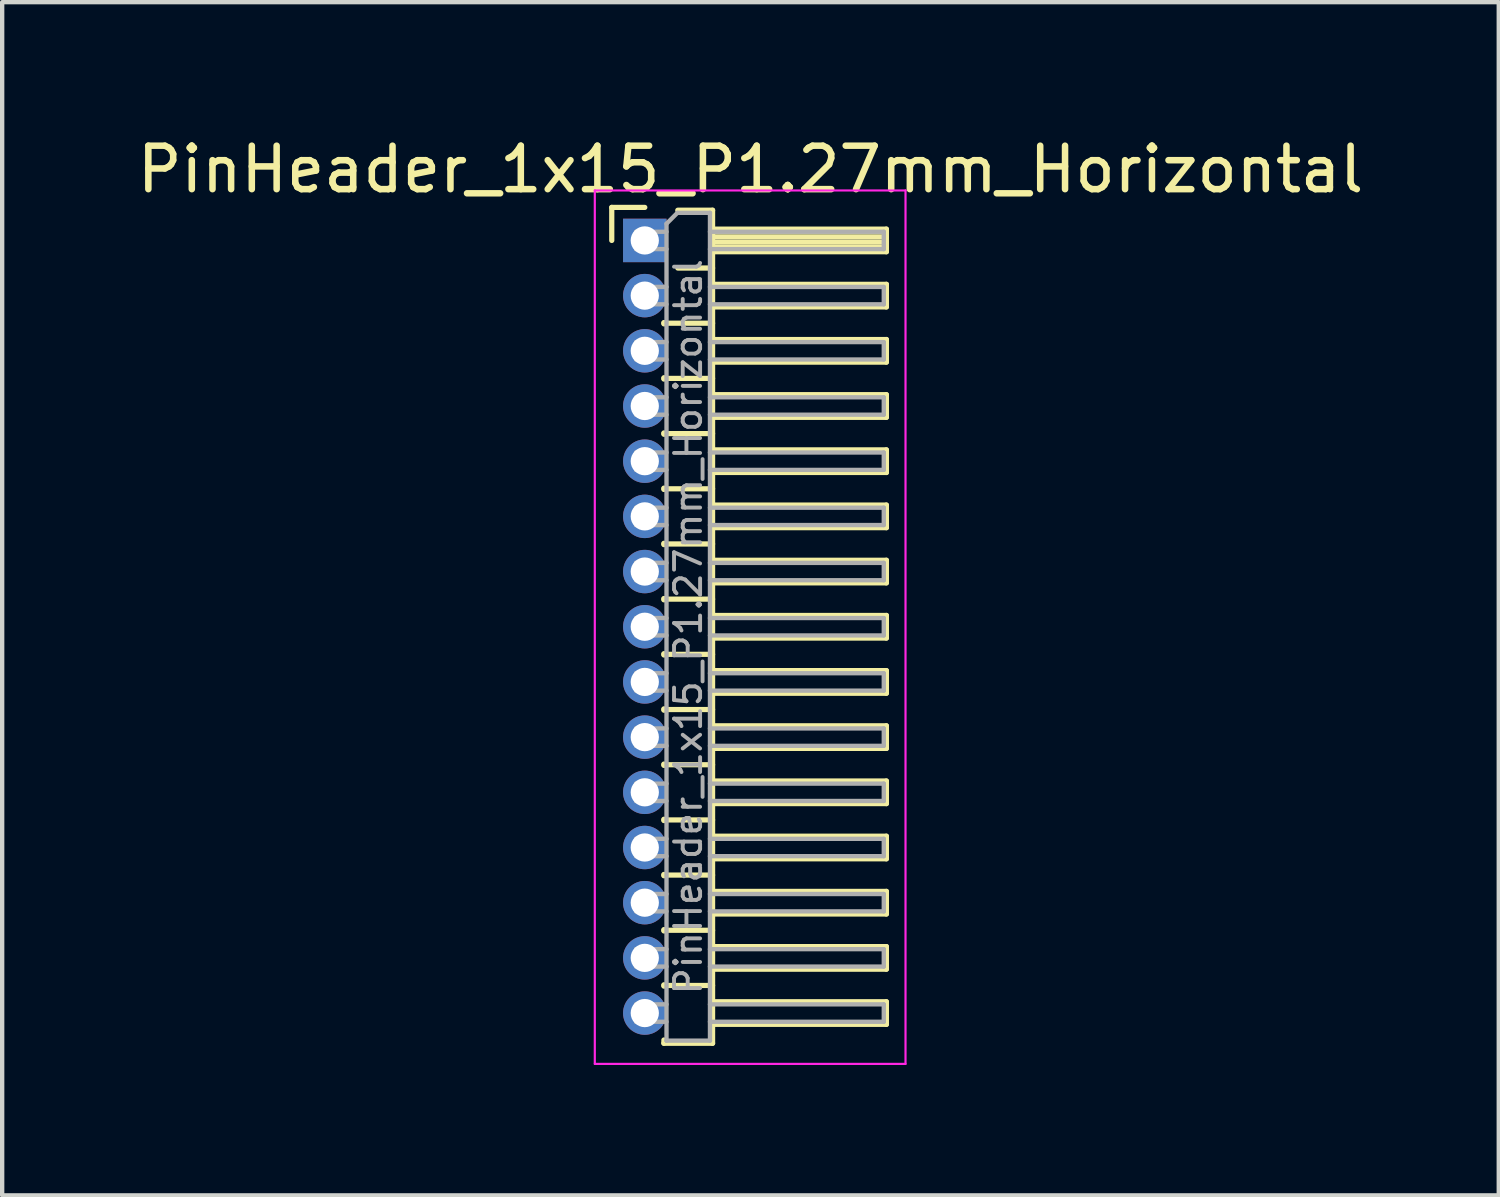
<source format=kicad_pcb>
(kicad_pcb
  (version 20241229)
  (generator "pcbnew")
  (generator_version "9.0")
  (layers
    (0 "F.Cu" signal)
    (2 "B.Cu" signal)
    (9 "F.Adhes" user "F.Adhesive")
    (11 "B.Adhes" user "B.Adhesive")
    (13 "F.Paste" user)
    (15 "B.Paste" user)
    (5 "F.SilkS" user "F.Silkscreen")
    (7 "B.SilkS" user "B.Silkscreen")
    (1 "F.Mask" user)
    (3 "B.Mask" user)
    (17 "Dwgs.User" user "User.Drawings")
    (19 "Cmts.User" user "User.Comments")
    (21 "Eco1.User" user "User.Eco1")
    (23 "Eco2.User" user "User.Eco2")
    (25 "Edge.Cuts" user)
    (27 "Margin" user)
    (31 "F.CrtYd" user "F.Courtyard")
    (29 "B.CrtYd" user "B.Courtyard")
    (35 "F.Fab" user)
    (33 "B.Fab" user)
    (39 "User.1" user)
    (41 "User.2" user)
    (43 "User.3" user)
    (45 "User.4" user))
  (footprint "PinHeader_1x15_P1.27mm_Horizontal"
    (layer "F.Cu")
    (at 11.788 2.483)
    (property "Reference" "PinHeader_1x15_P1.27mm_Horizontal" (at 2.433 -1.635 0) (layer "F.SilkS") (effects (font (size 1 1) (thickness 0.15))))
    (attr through_hole)
    (fp_line (start -0.76 -0.76) (end 0 -0.76) (stroke (width 0.12) (type solid)) (layer "F.SilkS"))
    (fp_line (start -0.76 0) (end -0.76 -0.76) (stroke (width 0.12) (type solid)) (layer "F.SilkS"))
    (fp_line (start 0.44 1.89) (end 0.44 1.92) (stroke (width 0.12) (type solid)) (layer "F.SilkS"))
    (fp_line (start 0.44 1.905) (end 1.56 1.905) (stroke (width 0.12) (type solid)) (layer "F.SilkS"))
    (fp_line (start 0.44 3.16) (end 0.44 3.19) (stroke (width 0.12) (type solid)) (layer "F.SilkS"))
    (fp_line (start 0.44 3.175) (end 1.56 3.175) (stroke (width 0.12) (type solid)) (layer "F.SilkS"))
    (fp_line (start 0.44 4.43) (end 0.44 4.46) (stroke (width 0.12) (type solid)) (layer "F.SilkS"))
    (fp_line (start 0.44 4.445) (end 1.56 4.445) (stroke (width 0.12) (type solid)) (layer "F.SilkS"))
    (fp_line (start 0.44 5.7) (end 0.44 5.73) (stroke (width 0.12) (type solid)) (layer "F.SilkS"))
    (fp_line (start 0.44 5.715) (end 1.56 5.715) (stroke (width 0.12) (type solid)) (layer "F.SilkS"))
    (fp_line (start 0.44 6.97) (end 0.44 7) (stroke (width 0.12) (type solid)) (layer "F.SilkS"))
    (fp_line (start 0.44 6.985) (end 1.56 6.985) (stroke (width 0.12) (type solid)) (layer "F.SilkS"))
    (fp_line (start 0.44 8.24) (end 0.44 8.27) (stroke (width 0.12) (type solid)) (layer "F.SilkS"))
    (fp_line (start 0.44 8.255) (end 1.56 8.255) (stroke (width 0.12) (type solid)) (layer "F.SilkS"))
    (fp_line (start 0.44 9.51) (end 0.44 9.54) (stroke (width 0.12) (type solid)) (layer "F.SilkS"))
    (fp_line (start 0.44 9.525) (end 1.56 9.525) (stroke (width 0.12) (type solid)) (layer "F.SilkS"))
    (fp_line (start 0.44 10.78) (end 0.44 10.81) (stroke (width 0.12) (type solid)) (layer "F.SilkS"))
    (fp_line (start 0.44 10.795) (end 1.56 10.795) (stroke (width 0.12) (type solid)) (layer "F.SilkS"))
    (fp_line (start 0.44 12.05) (end 0.44 12.08) (stroke (width 0.12) (type solid)) (layer "F.SilkS"))
    (fp_line (start 0.44 12.065) (end 1.56 12.065) (stroke (width 0.12) (type solid)) (layer "F.SilkS"))
    (fp_line (start 0.44 13.32) (end 0.44 13.35) (stroke (width 0.12) (type solid)) (layer "F.SilkS"))
    (fp_line (start 0.44 13.335) (end 1.56 13.335) (stroke (width 0.12) (type solid)) (layer "F.SilkS"))
    (fp_line (start 0.44 14.59) (end 0.44 14.62) (stroke (width 0.12) (type solid)) (layer "F.SilkS"))
    (fp_line (start 0.44 14.605) (end 1.56 14.605) (stroke (width 0.12) (type solid)) (layer "F.SilkS"))
    (fp_line (start 0.44 15.86) (end 0.44 15.89) (stroke (width 0.12) (type solid)) (layer "F.SilkS"))
    (fp_line (start 0.44 15.875) (end 1.56 15.875) (stroke (width 0.12) (type solid)) (layer "F.SilkS"))
    (fp_line (start 0.44 17.13) (end 0.44 17.16) (stroke (width 0.12) (type solid)) (layer "F.SilkS"))
    (fp_line (start 0.44 17.145) (end 1.56 17.145) (stroke (width 0.12) (type solid)) (layer "F.SilkS"))
    (fp_line (start 0.44 18.475) (end 0.44 18.4) (stroke (width 0.12) (type solid)) (layer "F.SilkS"))
    (fp_line (start 0.76 -0.695) (end 1.56 -0.695) (stroke (width 0.12) (type solid)) (layer "F.SilkS"))
    (fp_line (start 0.76 0.635) (end 1.56 0.635) (stroke (width 0.12) (type solid)) (layer "F.SilkS"))
    (fp_line (start 1.56 -0.695) (end 1.56 18.475) (stroke (width 0.12) (type solid)) (layer "F.SilkS"))
    (fp_line (start 1.56 -0.26) (end 5.56 -0.26) (stroke (width 0.12) (type solid)) (layer "F.SilkS"))
    (fp_line (start 1.56 -0.2) (end 5.56 -0.2) (stroke (width 0.12) (type solid)) (layer "F.SilkS"))
    (fp_line (start 1.56 -0.08) (end 5.56 -0.08) (stroke (width 0.12) (type solid)) (layer "F.SilkS"))
    (fp_line (start 1.56 0.04) (end 5.56 0.04) (stroke (width 0.12) (type solid)) (layer "F.SilkS"))
    (fp_line (start 1.56 0.16) (end 5.56 0.16) (stroke (width 0.12) (type solid)) (layer "F.SilkS"))
    (fp_line (start 1.56 1.01) (end 5.56 1.01) (stroke (width 0.12) (type solid)) (layer "F.SilkS"))
    (fp_line (start 1.56 2.28) (end 5.56 2.28) (stroke (width 0.12) (type solid)) (layer "F.SilkS"))
    (fp_line (start 1.56 3.55) (end 5.56 3.55) (stroke (width 0.12) (type solid)) (layer "F.SilkS"))
    (fp_line (start 1.56 4.82) (end 5.56 4.82) (stroke (width 0.12) (type solid)) (layer "F.SilkS"))
    (fp_line (start 1.56 6.09) (end 5.56 6.09) (stroke (width 0.12) (type solid)) (layer "F.SilkS"))
    (fp_line (start 1.56 7.36) (end 5.56 7.36) (stroke (width 0.12) (type solid)) (layer "F.SilkS"))
    (fp_line (start 1.56 8.63) (end 5.56 8.63) (stroke (width 0.12) (type solid)) (layer "F.SilkS"))
    (fp_line (start 1.56 9.9) (end 5.56 9.9) (stroke (width 0.12) (type solid)) (layer "F.SilkS"))
    (fp_line (start 1.56 11.17) (end 5.56 11.17) (stroke (width 0.12) (type solid)) (layer "F.SilkS"))
    (fp_line (start 1.56 12.44) (end 5.56 12.44) (stroke (width 0.12) (type solid)) (layer "F.SilkS"))
    (fp_line (start 1.56 13.71) (end 5.56 13.71) (stroke (width 0.12) (type solid)) (layer "F.SilkS"))
    (fp_line (start 1.56 14.98) (end 5.56 14.98) (stroke (width 0.12) (type solid)) (layer "F.SilkS"))
    (fp_line (start 1.56 16.25) (end 5.56 16.25) (stroke (width 0.12) (type solid)) (layer "F.SilkS"))
    (fp_line (start 1.56 17.52) (end 5.56 17.52) (stroke (width 0.12) (type solid)) (layer "F.SilkS"))
    (fp_line (start 1.56 18.475) (end 0.44 18.475) (stroke (width 0.12) (type solid)) (layer "F.SilkS"))
    (fp_line (start 5.56 -0.26) (end 5.56 0.26) (stroke (width 0.12) (type solid)) (layer "F.SilkS"))
    (fp_line (start 5.56 0.26) (end 1.56 0.26) (stroke (width 0.12) (type solid)) (layer "F.SilkS"))
    (fp_line (start 5.56 1.01) (end 5.56 1.53) (stroke (width 0.12) (type solid)) (layer "F.SilkS"))
    (fp_line (start 5.56 1.53) (end 1.56 1.53) (stroke (width 0.12) (type solid)) (layer "F.SilkS"))
    (fp_line (start 5.56 2.28) (end 5.56 2.8) (stroke (width 0.12) (type solid)) (layer "F.SilkS"))
    (fp_line (start 5.56 2.8) (end 1.56 2.8) (stroke (width 0.12) (type solid)) (layer "F.SilkS"))
    (fp_line (start 5.56 3.55) (end 5.56 4.07) (stroke (width 0.12) (type solid)) (layer "F.SilkS"))
    (fp_line (start 5.56 4.07) (end 1.56 4.07) (stroke (width 0.12) (type solid)) (layer "F.SilkS"))
    (fp_line (start 5.56 4.82) (end 5.56 5.34) (stroke (width 0.12) (type solid)) (layer "F.SilkS"))
    (fp_line (start 5.56 5.34) (end 1.56 5.34) (stroke (width 0.12) (type solid)) (layer "F.SilkS"))
    (fp_line (start 5.56 6.09) (end 5.56 6.61) (stroke (width 0.12) (type solid)) (layer "F.SilkS"))
    (fp_line (start 5.56 6.61) (end 1.56 6.61) (stroke (width 0.12) (type solid)) (layer "F.SilkS"))
    (fp_line (start 5.56 7.36) (end 5.56 7.88) (stroke (width 0.12) (type solid)) (layer "F.SilkS"))
    (fp_line (start 5.56 7.88) (end 1.56 7.88) (stroke (width 0.12) (type solid)) (layer "F.SilkS"))
    (fp_line (start 5.56 8.63) (end 5.56 9.15) (stroke (width 0.12) (type solid)) (layer "F.SilkS"))
    (fp_line (start 5.56 9.15) (end 1.56 9.15) (stroke (width 0.12) (type solid)) (layer "F.SilkS"))
    (fp_line (start 5.56 9.9) (end 5.56 10.42) (stroke (width 0.12) (type solid)) (layer "F.SilkS"))
    (fp_line (start 5.56 10.42) (end 1.56 10.42) (stroke (width 0.12) (type solid)) (layer "F.SilkS"))
    (fp_line (start 5.56 11.17) (end 5.56 11.69) (stroke (width 0.12) (type solid)) (layer "F.SilkS"))
    (fp_line (start 5.56 11.69) (end 1.56 11.69) (stroke (width 0.12) (type solid)) (layer "F.SilkS"))
    (fp_line (start 5.56 12.44) (end 5.56 12.96) (stroke (width 0.12) (type solid)) (layer "F.SilkS"))
    (fp_line (start 5.56 12.96) (end 1.56 12.96) (stroke (width 0.12) (type solid)) (layer "F.SilkS"))
    (fp_line (start 5.56 13.71) (end 5.56 14.23) (stroke (width 0.12) (type solid)) (layer "F.SilkS"))
    (fp_line (start 5.56 14.23) (end 1.56 14.23) (stroke (width 0.12) (type solid)) (layer "F.SilkS"))
    (fp_line (start 5.56 14.98) (end 5.56 15.5) (stroke (width 0.12) (type solid)) (layer "F.SilkS"))
    (fp_line (start 5.56 15.5) (end 1.56 15.5) (stroke (width 0.12) (type solid)) (layer "F.SilkS"))
    (fp_line (start 5.56 16.25) (end 5.56 16.77) (stroke (width 0.12) (type solid)) (layer "F.SilkS"))
    (fp_line (start 5.56 16.77) (end 1.56 16.77) (stroke (width 0.12) (type solid)) (layer "F.SilkS"))
    (fp_line (start 5.56 17.52) (end 5.56 18.04) (stroke (width 0.12) (type solid)) (layer "F.SilkS"))
    (fp_line (start 5.56 18.04) (end 1.56 18.04) (stroke (width 0.12) (type solid)) (layer "F.SilkS"))
    (fp_line (start -1.15 -1.15) (end -1.15 18.95) (stroke (width 0.05) (type solid)) (layer "F.CrtYd"))
    (fp_line (start -1.15 18.95) (end 6 18.95) (stroke (width 0.05) (type solid)) (layer "F.CrtYd"))
    (fp_line (start 6 -1.15) (end -1.15 -1.15) (stroke (width 0.05) (type solid)) (layer "F.CrtYd"))
    (fp_line (start 6 18.95) (end 6 -1.15) (stroke (width 0.05) (type solid)) (layer "F.CrtYd"))
    (fp_line (start -0.2 -0.2) (end -0.2 0.2) (stroke (width 0.1) (type solid)) (layer "F.Fab"))
    (fp_line (start -0.2 -0.2) (end 0.5 -0.2) (stroke (width 0.1) (type solid)) (layer "F.Fab"))
    (fp_line (start -0.2 0.2) (end 0.5 0.2) (stroke (width 0.1) (type solid)) (layer "F.Fab"))
    (fp_line (start -0.2 1.07) (end -0.2 1.47) (stroke (width 0.1) (type solid)) (layer "F.Fab"))
    (fp_line (start -0.2 1.07) (end 0.5 1.07) (stroke (width 0.1) (type solid)) (layer "F.Fab"))
    (fp_line (start -0.2 1.47) (end 0.5 1.47) (stroke (width 0.1) (type solid)) (layer "F.Fab"))
    (fp_line (start -0.2 2.34) (end -0.2 2.74) (stroke (width 0.1) (type solid)) (layer "F.Fab"))
    (fp_line (start -0.2 2.34) (end 0.5 2.34) (stroke (width 0.1) (type solid)) (layer "F.Fab"))
    (fp_line (start -0.2 2.74) (end 0.5 2.74) (stroke (width 0.1) (type solid)) (layer "F.Fab"))
    (fp_line (start -0.2 3.61) (end -0.2 4.01) (stroke (width 0.1) (type solid)) (layer "F.Fab"))
    (fp_line (start -0.2 3.61) (end 0.5 3.61) (stroke (width 0.1) (type solid)) (layer "F.Fab"))
    (fp_line (start -0.2 4.01) (end 0.5 4.01) (stroke (width 0.1) (type solid)) (layer "F.Fab"))
    (fp_line (start -0.2 4.88) (end -0.2 5.28) (stroke (width 0.1) (type solid)) (layer "F.Fab"))
    (fp_line (start -0.2 4.88) (end 0.5 4.88) (stroke (width 0.1) (type solid)) (layer "F.Fab"))
    (fp_line (start -0.2 5.28) (end 0.5 5.28) (stroke (width 0.1) (type solid)) (layer "F.Fab"))
    (fp_line (start -0.2 6.15) (end -0.2 6.55) (stroke (width 0.1) (type solid)) (layer "F.Fab"))
    (fp_line (start -0.2 6.15) (end 0.5 6.15) (stroke (width 0.1) (type solid)) (layer "F.Fab"))
    (fp_line (start -0.2 6.55) (end 0.5 6.55) (stroke (width 0.1) (type solid)) (layer "F.Fab"))
    (fp_line (start -0.2 7.42) (end -0.2 7.82) (stroke (width 0.1) (type solid)) (layer "F.Fab"))
    (fp_line (start -0.2 7.42) (end 0.5 7.42) (stroke (width 0.1) (type solid)) (layer "F.Fab"))
    (fp_line (start -0.2 7.82) (end 0.5 7.82) (stroke (width 0.1) (type solid)) (layer "F.Fab"))
    (fp_line (start -0.2 8.69) (end -0.2 9.09) (stroke (width 0.1) (type solid)) (layer "F.Fab"))
    (fp_line (start -0.2 8.69) (end 0.5 8.69) (stroke (width 0.1) (type solid)) (layer "F.Fab"))
    (fp_line (start -0.2 9.09) (end 0.5 9.09) (stroke (width 0.1) (type solid)) (layer "F.Fab"))
    (fp_line (start -0.2 9.96) (end -0.2 10.36) (stroke (width 0.1) (type solid)) (layer "F.Fab"))
    (fp_line (start -0.2 9.96) (end 0.5 9.96) (stroke (width 0.1) (type solid)) (layer "F.Fab"))
    (fp_line (start -0.2 10.36) (end 0.5 10.36) (stroke (width 0.1) (type solid)) (layer "F.Fab"))
    (fp_line (start -0.2 11.23) (end -0.2 11.63) (stroke (width 0.1) (type solid)) (layer "F.Fab"))
    (fp_line (start -0.2 11.23) (end 0.5 11.23) (stroke (width 0.1) (type solid)) (layer "F.Fab"))
    (fp_line (start -0.2 11.63) (end 0.5 11.63) (stroke (width 0.1) (type solid)) (layer "F.Fab"))
    (fp_line (start -0.2 12.5) (end -0.2 12.9) (stroke (width 0.1) (type solid)) (layer "F.Fab"))
    (fp_line (start -0.2 12.5) (end 0.5 12.5) (stroke (width 0.1) (type solid)) (layer "F.Fab"))
    (fp_line (start -0.2 12.9) (end 0.5 12.9) (stroke (width 0.1) (type solid)) (layer "F.Fab"))
    (fp_line (start -0.2 13.77) (end -0.2 14.17) (stroke (width 0.1) (type solid)) (layer "F.Fab"))
    (fp_line (start -0.2 13.77) (end 0.5 13.77) (stroke (width 0.1) (type solid)) (layer "F.Fab"))
    (fp_line (start -0.2 14.17) (end 0.5 14.17) (stroke (width 0.1) (type solid)) (layer "F.Fab"))
    (fp_line (start -0.2 15.04) (end -0.2 15.44) (stroke (width 0.1) (type solid)) (layer "F.Fab"))
    (fp_line (start -0.2 15.04) (end 0.5 15.04) (stroke (width 0.1) (type solid)) (layer "F.Fab"))
    (fp_line (start -0.2 15.44) (end 0.5 15.44) (stroke (width 0.1) (type solid)) (layer "F.Fab"))
    (fp_line (start -0.2 16.31) (end -0.2 16.71) (stroke (width 0.1) (type solid)) (layer "F.Fab"))
    (fp_line (start -0.2 16.31) (end 0.5 16.31) (stroke (width 0.1) (type solid)) (layer "F.Fab"))
    (fp_line (start -0.2 16.71) (end 0.5 16.71) (stroke (width 0.1) (type solid)) (layer "F.Fab"))
    (fp_line (start -0.2 17.58) (end -0.2 17.98) (stroke (width 0.1) (type solid)) (layer "F.Fab"))
    (fp_line (start -0.2 17.58) (end 0.5 17.58) (stroke (width 0.1) (type solid)) (layer "F.Fab"))
    (fp_line (start -0.2 17.98) (end 0.5 17.98) (stroke (width 0.1) (type solid)) (layer "F.Fab"))
    (fp_line (start 0.5 -0.385) (end 0.75 -0.635) (stroke (width 0.1) (type solid)) (layer "F.Fab"))
    (fp_line (start 0.5 18.415) (end 0.5 -0.385) (stroke (width 0.1) (type solid)) (layer "F.Fab"))
    (fp_line (start 0.75 -0.635) (end 1.5 -0.635) (stroke (width 0.1) (type solid)) (layer "F.Fab"))
    (fp_line (start 1.5 -0.635) (end 1.5 18.415) (stroke (width 0.1) (type solid)) (layer "F.Fab"))
    (fp_line (start 1.5 -0.2) (end 5.5 -0.2) (stroke (width 0.1) (type solid)) (layer "F.Fab"))
    (fp_line (start 1.5 0.2) (end 5.5 0.2) (stroke (width 0.1) (type solid)) (layer "F.Fab"))
    (fp_line (start 1.5 1.07) (end 5.5 1.07) (stroke (width 0.1) (type solid)) (layer "F.Fab"))
    (fp_line (start 1.5 1.47) (end 5.5 1.47) (stroke (width 0.1) (type solid)) (layer "F.Fab"))
    (fp_line (start 1.5 2.34) (end 5.5 2.34) (stroke (width 0.1) (type solid)) (layer "F.Fab"))
    (fp_line (start 1.5 2.74) (end 5.5 2.74) (stroke (width 0.1) (type solid)) (layer "F.Fab"))
    (fp_line (start 1.5 3.61) (end 5.5 3.61) (stroke (width 0.1) (type solid)) (layer "F.Fab"))
    (fp_line (start 1.5 4.01) (end 5.5 4.01) (stroke (width 0.1) (type solid)) (layer "F.Fab"))
    (fp_line (start 1.5 4.88) (end 5.5 4.88) (stroke (width 0.1) (type solid)) (layer "F.Fab"))
    (fp_line (start 1.5 5.28) (end 5.5 5.28) (stroke (width 0.1) (type solid)) (layer "F.Fab"))
    (fp_line (start 1.5 6.15) (end 5.5 6.15) (stroke (width 0.1) (type solid)) (layer "F.Fab"))
    (fp_line (start 1.5 6.55) (end 5.5 6.55) (stroke (width 0.1) (type solid)) (layer "F.Fab"))
    (fp_line (start 1.5 7.42) (end 5.5 7.42) (stroke (width 0.1) (type solid)) (layer "F.Fab"))
    (fp_line (start 1.5 7.82) (end 5.5 7.82) (stroke (width 0.1) (type solid)) (layer "F.Fab"))
    (fp_line (start 1.5 8.69) (end 5.5 8.69) (stroke (width 0.1) (type solid)) (layer "F.Fab"))
    (fp_line (start 1.5 9.09) (end 5.5 9.09) (stroke (width 0.1) (type solid)) (layer "F.Fab"))
    (fp_line (start 1.5 9.96) (end 5.5 9.96) (stroke (width 0.1) (type solid)) (layer "F.Fab"))
    (fp_line (start 1.5 10.36) (end 5.5 10.36) (stroke (width 0.1) (type solid)) (layer "F.Fab"))
    (fp_line (start 1.5 11.23) (end 5.5 11.23) (stroke (width 0.1) (type solid)) (layer "F.Fab"))
    (fp_line (start 1.5 11.63) (end 5.5 11.63) (stroke (width 0.1) (type solid)) (layer "F.Fab"))
    (fp_line (start 1.5 12.5) (end 5.5 12.5) (stroke (width 0.1) (type solid)) (layer "F.Fab"))
    (fp_line (start 1.5 12.9) (end 5.5 12.9) (stroke (width 0.1) (type solid)) (layer "F.Fab"))
    (fp_line (start 1.5 13.77) (end 5.5 13.77) (stroke (width 0.1) (type solid)) (layer "F.Fab"))
    (fp_line (start 1.5 14.17) (end 5.5 14.17) (stroke (width 0.1) (type solid)) (layer "F.Fab"))
    (fp_line (start 1.5 15.04) (end 5.5 15.04) (stroke (width 0.1) (type solid)) (layer "F.Fab"))
    (fp_line (start 1.5 15.44) (end 5.5 15.44) (stroke (width 0.1) (type solid)) (layer "F.Fab"))
    (fp_line (start 1.5 16.31) (end 5.5 16.31) (stroke (width 0.1) (type solid)) (layer "F.Fab"))
    (fp_line (start 1.5 16.71) (end 5.5 16.71) (stroke (width 0.1) (type solid)) (layer "F.Fab"))
    (fp_line (start 1.5 17.58) (end 5.5 17.58) (stroke (width 0.1) (type solid)) (layer "F.Fab"))
    (fp_line (start 1.5 17.98) (end 5.5 17.98) (stroke (width 0.1) (type solid)) (layer "F.Fab"))
    (fp_line (start 1.5 18.415) (end 0.5 18.415) (stroke (width 0.1) (type solid)) (layer "F.Fab"))
    (fp_line (start 5.5 -0.2) (end 5.5 0.2) (stroke (width 0.1) (type solid)) (layer "F.Fab"))
    (fp_line (start 5.5 1.07) (end 5.5 1.47) (stroke (width 0.1) (type solid)) (layer "F.Fab"))
    (fp_line (start 5.5 2.34) (end 5.5 2.74) (stroke (width 0.1) (type solid)) (layer "F.Fab"))
    (fp_line (start 5.5 3.61) (end 5.5 4.01) (stroke (width 0.1) (type solid)) (layer "F.Fab"))
    (fp_line (start 5.5 4.88) (end 5.5 5.28) (stroke (width 0.1) (type solid)) (layer "F.Fab"))
    (fp_line (start 5.5 6.15) (end 5.5 6.55) (stroke (width 0.1) (type solid)) (layer "F.Fab"))
    (fp_line (start 5.5 7.42) (end 5.5 7.82) (stroke (width 0.1) (type solid)) (layer "F.Fab"))
    (fp_line (start 5.5 8.69) (end 5.5 9.09) (stroke (width 0.1) (type solid)) (layer "F.Fab"))
    (fp_line (start 5.5 9.96) (end 5.5 10.36) (stroke (width 0.1) (type solid)) (layer "F.Fab"))
    (fp_line (start 5.5 11.23) (end 5.5 11.63) (stroke (width 0.1) (type solid)) (layer "F.Fab"))
    (fp_line (start 5.5 12.5) (end 5.5 12.9) (stroke (width 0.1) (type solid)) (layer "F.Fab"))
    (fp_line (start 5.5 13.77) (end 5.5 14.17) (stroke (width 0.1) (type solid)) (layer "F.Fab"))
    (fp_line (start 5.5 15.04) (end 5.5 15.44) (stroke (width 0.1) (type solid)) (layer "F.Fab"))
    (fp_line (start 5.5 16.31) (end 5.5 16.71) (stroke (width 0.1) (type solid)) (layer "F.Fab"))
    (fp_line (start 5.5 17.58) (end 5.5 17.98) (stroke (width 0.1) (type solid)) (layer "F.Fab"))
    (fp_text user "${REFERENCE}" (at 1 8.89 90) (layer "F.Fab") (effects (font (size 0.6 0.6) (thickness 0.09))))
    (pad "1" thru_hole rect (at 0 0) (size 1 1) (drill 0.65) (layers "*.Cu" "*.Mask"))
    (pad "2" thru_hole oval (at 0 1.27) (size 1 1) (drill 0.65) (layers "*.Cu" "*.Mask"))
    (pad "3" thru_hole oval (at 0 2.54) (size 1 1) (drill 0.65) (layers "*.Cu" "*.Mask"))
    (pad "4" thru_hole oval (at 0 3.81) (size 1 1) (drill 0.65) (layers "*.Cu" "*.Mask"))
    (pad "5" thru_hole oval (at 0 5.08) (size 1 1) (drill 0.65) (layers "*.Cu" "*.Mask"))
    (pad "6" thru_hole oval (at 0 6.35) (size 1 1) (drill 0.65) (layers "*.Cu" "*.Mask"))
    (pad "7" thru_hole oval (at 0 7.62) (size 1 1) (drill 0.65) (layers "*.Cu" "*.Mask"))
    (pad "8" thru_hole oval (at 0 8.89) (size 1 1) (drill 0.65) (layers "*.Cu" "*.Mask"))
    (pad "9" thru_hole oval (at 0 10.16) (size 1 1) (drill 0.65) (layers "*.Cu" "*.Mask"))
    (pad "10" thru_hole oval (at 0 11.43) (size 1 1) (drill 0.65) (layers "*.Cu" "*.Mask"))
    (pad "11" thru_hole oval (at 0 12.7) (size 1 1) (drill 0.65) (layers "*.Cu" "*.Mask"))
    (pad "12" thru_hole oval (at 0 13.97) (size 1 1) (drill 0.65) (layers "*.Cu" "*.Mask"))
    (pad "13" thru_hole oval (at 0 15.24) (size 1 1) (drill 0.65) (layers "*.Cu" "*.Mask"))
    (pad "14" thru_hole oval (at 0 16.51) (size 1 1) (drill 0.65) (layers "*.Cu" "*.Mask"))
    (pad "15" thru_hole oval (at 0 17.78) (size 1 1) (drill 0.65) (layers "*.Cu" "*.Mask")))
  (gr_rect
    (start -3 -3)
    (end 31.44 24.458)
    (stroke (width 0.1) (type default))
    (fill no)
    (layer "Edge.Cuts")))
</source>
